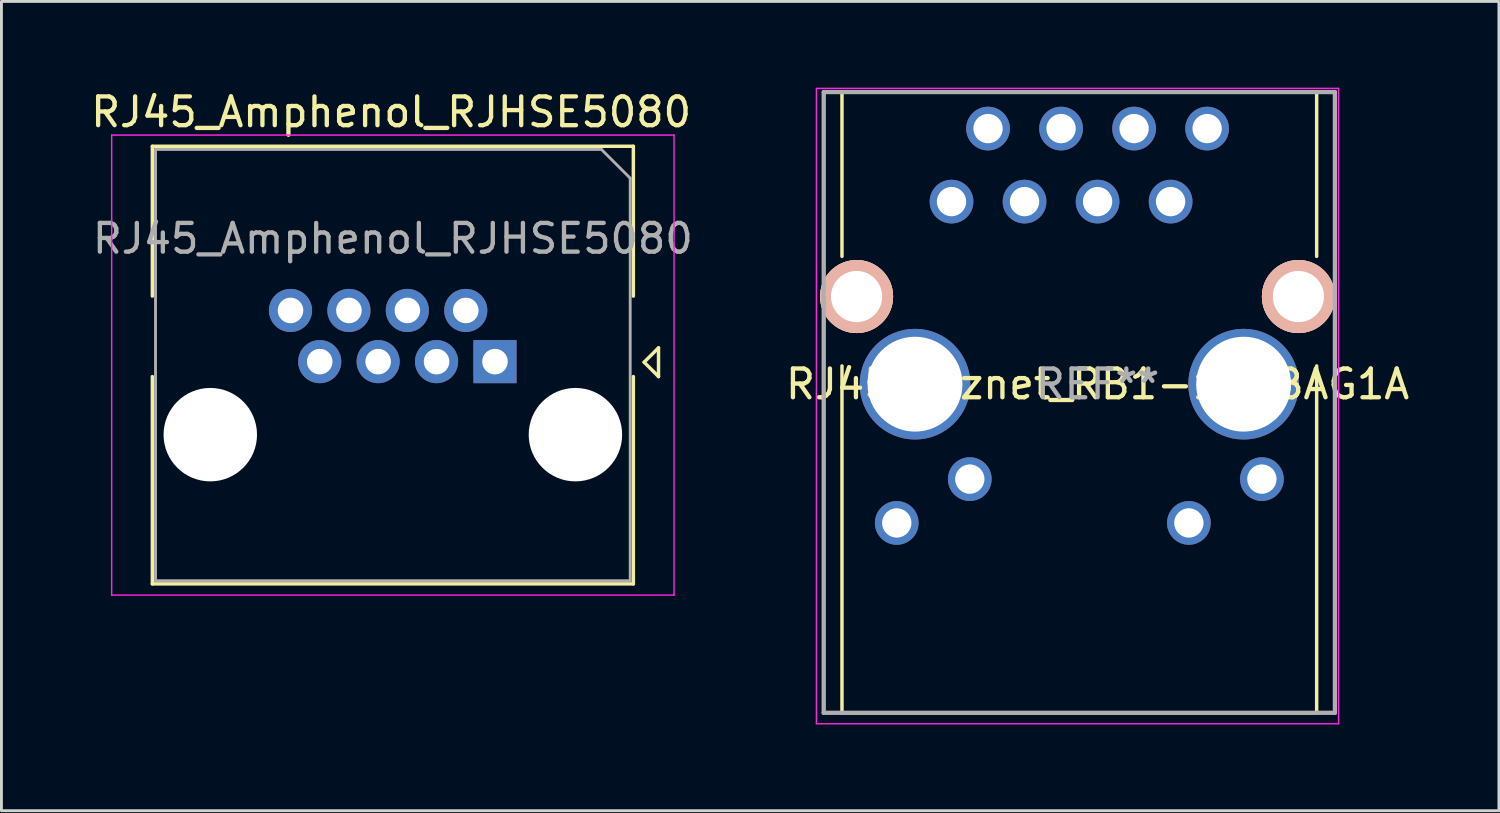
<source format=kicad_pcb>
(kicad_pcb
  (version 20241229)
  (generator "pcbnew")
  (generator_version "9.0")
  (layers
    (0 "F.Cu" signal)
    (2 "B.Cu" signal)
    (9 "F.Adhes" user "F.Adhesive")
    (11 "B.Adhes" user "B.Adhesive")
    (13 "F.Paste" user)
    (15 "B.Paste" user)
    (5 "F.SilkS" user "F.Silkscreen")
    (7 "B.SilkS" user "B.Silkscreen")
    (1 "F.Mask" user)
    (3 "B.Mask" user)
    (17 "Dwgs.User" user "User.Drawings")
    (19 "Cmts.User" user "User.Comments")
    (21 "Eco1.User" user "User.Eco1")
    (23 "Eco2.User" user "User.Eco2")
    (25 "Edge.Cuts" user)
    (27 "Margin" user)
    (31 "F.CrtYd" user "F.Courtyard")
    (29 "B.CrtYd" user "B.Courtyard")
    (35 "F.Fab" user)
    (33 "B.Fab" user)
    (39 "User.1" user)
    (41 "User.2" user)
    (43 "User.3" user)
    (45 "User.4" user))
  (footprint "RJ45_Wiznet_RB1-125BAG1A"
    (layer "F.Cu")
    (at 34.49 10.312)
    (property "Reference" "RJ45_Wiznet_RB1-125BAG1A" (at 0.635 0 0) (layer "F.SilkS") (effects (font (size 1 1) (thickness 0.15))))
    (attr through_hole)
    (fp_line (start -8.255 -10.16) (end -8.255 -4.445) (stroke (width 0.12) (type solid)) (layer "F.SilkS"))
    (fp_line (start -8.255 -10.16) (end -6.985 -10.16) (stroke (width 0.12) (type solid)) (layer "F.SilkS"))
    (fp_line (start -8.255 11.43) (end -8.255 -0.635) (stroke (width 0.12) (type solid)) (layer "F.SilkS"))
    (fp_line (start -8.255 11.43) (end 8.255 11.43) (stroke (width 0.12) (type solid)) (layer "F.SilkS"))
    (fp_line (start -1.905 -10.16) (end 1.905 -10.16) (stroke (width 0.12) (type solid)) (layer "F.SilkS"))
    (fp_line (start 8.255 -10.16) (end 6.985 -10.16) (stroke (width 0.12) (type solid)) (layer "F.SilkS"))
    (fp_line (start 8.255 -10.16) (end 8.255 -4.445) (stroke (width 0.12) (type solid)) (layer "F.SilkS"))
    (fp_line (start 8.255 11.43) (end 8.255 -0.635) (stroke (width 0.12) (type solid)) (layer "F.SilkS"))
    (fp_line (start -9.144 -10.287) (end -9.144 11.811) (stroke (width 0.05) (type solid)) (layer "F.CrtYd"))
    (fp_line (start -9.144 -10.287) (end 9.017 -10.287) (stroke (width 0.05) (type solid)) (layer "F.CrtYd"))
    (fp_line (start 9.017 11.811) (end -9.144 11.811) (stroke (width 0.05) (type solid)) (layer "F.CrtYd"))
    (fp_line (start 9.017 11.811) (end 9.017 -10.287) (stroke (width 0.05) (type solid)) (layer "F.CrtYd"))
    (fp_line (start -8.89 -10.16) (end 8.89 -10.16) (stroke (width 0.15) (type solid)) (layer "F.Fab"))
    (fp_line (start -8.89 11.43) (end -8.89 -10.16) (stroke (width 0.15) (type solid)) (layer "F.Fab"))
    (fp_line (start 8.89 -10.16) (end 8.89 11.43) (stroke (width 0.15) (type solid)) (layer "F.Fab"))
    (fp_line (start 8.89 11.43) (end -8.89 11.43) (stroke (width 0.15) (type solid)) (layer "F.Fab"))
    (fp_text user "REF**" (at 0.635 0 0) (layer "F.Fab") (effects (font (size 1 1) (thickness 0.15))))
    (pad "" np_thru_hole circle (at -5.715 0) (size 3.85 3.85) (drill 3.3) (layers "*.Cu" "*.Mask"))
    (pad "" np_thru_hole circle (at 5.715 0) (size 3.85 3.85) (drill 3.3) (layers "*.Cu" "*.Mask"))
    (pad "1" thru_hole circle (at -4.445 -6.35) (size 1.52 1.52) (drill 1.02) (layers "*.Cu" "*.Mask"))
    (pad "2" thru_hole circle (at -3.175 -8.89) (size 1.52 1.52) (drill 1.02) (layers "*.Cu" "*.Mask"))
    (pad "3" thru_hole circle (at -1.905 -6.35) (size 1.52 1.52) (drill 1.02) (layers "*.Cu" "*.Mask"))
    (pad "4" thru_hole circle (at -0.635 -8.89) (size 1.52 1.52) (drill 1.02) (layers "*.Cu" "*.Mask"))
    (pad "5" thru_hole circle (at 0.635 -6.35) (size 1.52 1.52) (drill 1.02) (layers "*.Cu" "*.Mask"))
    (pad "6" thru_hole circle (at 1.905 -8.89) (size 1.52 1.52) (drill 1.02) (layers "*.Cu" "*.Mask"))
    (pad "7" thru_hole circle (at 3.175 -6.35) (size 1.52 1.52) (drill 1.02) (layers "*.Cu" "*.Mask"))
    (pad "8" thru_hole circle (at 4.445 -8.89) (size 1.52 1.52) (drill 1.02) (layers "*.Cu" "*.Mask"))
    (pad "9" thru_hole circle (at 6.35 3.302) (size 1.52 1.52) (drill 1.02) (layers "*.Cu" "*.Mask"))
    (pad "10" thru_hole circle (at 3.81 4.826) (size 1.52 1.52) (drill 1.02) (layers "*.Cu" "*.Mask"))
    (pad "11" thru_hole circle (at -3.81 3.302) (size 1.52 1.52) (drill 1.02) (layers "*.Cu" "*.Mask"))
    (pad "12" thru_hole circle (at -6.35 4.826) (size 1.52 1.52) (drill 1.02) (layers "*.Cu" "*.Mask"))
    (pad "13" thru_hole circle (at -7.747 -3.048) (size 2.54 2.54) (drill 1.78) (layers "*.Cu" "*.SilkS" "*.Mask"))
    (pad "13" thru_hole circle (at 7.62 -3.048) (size 2.54 2.54) (drill 1.78) (layers "*.Cu" "*.SilkS" "*.Mask")))
  (footprint "RJ45_Amphenol_RJHSE5080"
    (layer "F.Cu")
    (at 7.054 7.748)
    (property "Reference" "RJ45_Amphenol_RJHSE5080" (at 3.5 -6.9 0) (layer "F.SilkS") (effects (font (size 1 1) (thickness 0.15))))
    (attr through_hole)
    (fp_line (start -4.805 -5.71) (end -4.805 -0.5) (stroke (width 0.12) (type solid)) (layer "F.SilkS"))
    (fp_line (start -4.805 -5.71) (end 11.925 -5.71) (stroke (width 0.12) (type solid)) (layer "F.SilkS"))
    (fp_line (start -4.805 9.51) (end -4.805 2.3) (stroke (width 0.12) (type solid)) (layer "F.SilkS"))
    (fp_line (start -4.805 9.51) (end 11.925 9.51) (stroke (width 0.12) (type solid)) (layer "F.SilkS"))
    (fp_line (start 11.925 -5.71) (end 11.925 -0.5) (stroke (width 0.12) (type solid)) (layer "F.SilkS"))
    (fp_line (start 11.925 9.51) (end 11.925 2.3) (stroke (width 0.12) (type solid)) (layer "F.SilkS"))
    (fp_line (start 12.3 1.8) (end 12.8 1.3) (stroke (width 0.12) (type solid)) (layer "F.SilkS"))
    (fp_line (start 12.8 1.3) (end 12.8 2.3) (stroke (width 0.12) (type solid)) (layer "F.SilkS"))
    (fp_line (start 12.8 2.3) (end 12.3 1.8) (stroke (width 0.12) (type solid)) (layer "F.SilkS"))
    (fp_line (start -6.22 -6.1) (end -6.22 9.9) (stroke (width 0.05) (type solid)) (layer "F.CrtYd"))
    (fp_line (start -6.22 -6.1) (end 13.34 -6.1) (stroke (width 0.05) (type solid)) (layer "F.CrtYd"))
    (fp_line (start -6.22 9.9) (end 13.34 9.9) (stroke (width 0.05) (type solid)) (layer "F.CrtYd"))
    (fp_line (start 13.34 -6.1) (end 13.34 9.9) (stroke (width 0.05) (type solid)) (layer "F.CrtYd"))
    (fp_line (start -4.695 -5.6) (end -4.695 9.4) (stroke (width 0.1) (type solid)) (layer "F.Fab"))
    (fp_line (start -4.695 -5.6) (end 10.815 -5.6) (stroke (width 0.1) (type solid)) (layer "F.Fab"))
    (fp_line (start -4.695 9.4) (end 11.815 9.4) (stroke (width 0.1) (type solid)) (layer "F.Fab"))
    (fp_line (start 10.815 -5.6) (end 11.815 -4.6) (stroke (width 0.1) (type solid)) (layer "F.Fab"))
    (fp_line (start 11.815 -4.6) (end 11.815 9.4) (stroke (width 0.1) (type solid)) (layer "F.Fab"))
    (fp_text user "${REFERENCE}" (at 3.56 -2.5 0) (layer "F.Fab") (effects (font (size 1 1) (thickness 0.15))))
    (pad "" np_thru_hole circle (at -2.79 4.32) (size 3.25 3.25) (drill 3.25) (layers "*.Cu" "*.Mask"))
    (pad "" np_thru_hole circle (at 9.91 4.32) (size 3.25 3.25) (drill 3.25) (layers "*.Cu" "*.Mask"))
    (pad "1" thru_hole rect (at 7.112 1.78) (size 1.5 1.5) (drill 0.89) (layers "*.Cu" "*.Mask"))
    (pad "2" thru_hole circle (at 6.096 0) (size 1.5 1.5) (drill 0.89) (layers "*.Cu" "*.Mask"))
    (pad "3" thru_hole circle (at 5.08 1.78) (size 1.5 1.5) (drill 0.89) (layers "*.Cu" "*.Mask"))
    (pad "4" thru_hole circle (at 4.064 0) (size 1.5 1.5) (drill 0.89) (layers "*.Cu" "*.Mask"))
    (pad "5" thru_hole circle (at 3.048 1.78) (size 1.5 1.5) (drill 0.89) (layers "*.Cu" "*.Mask"))
    (pad "6" thru_hole circle (at 2.032 0) (size 1.5 1.5) (drill 0.89) (layers "*.Cu" "*.Mask"))
    (pad "7" thru_hole circle (at 1.016 1.78) (size 1.5 1.5) (drill 0.89) (layers "*.Cu" "*.Mask"))
    (pad "8" thru_hole circle (at 0 0) (size 1.5 1.5) (drill 0.89) (layers "*.Cu" "*.Mask")))
  (gr_rect
    (start -3 -3)
    (end 49.084 25.148)
    (stroke (width 0.1) (type default))
    (fill no)
    (layer "Edge.Cuts")))
</source>
